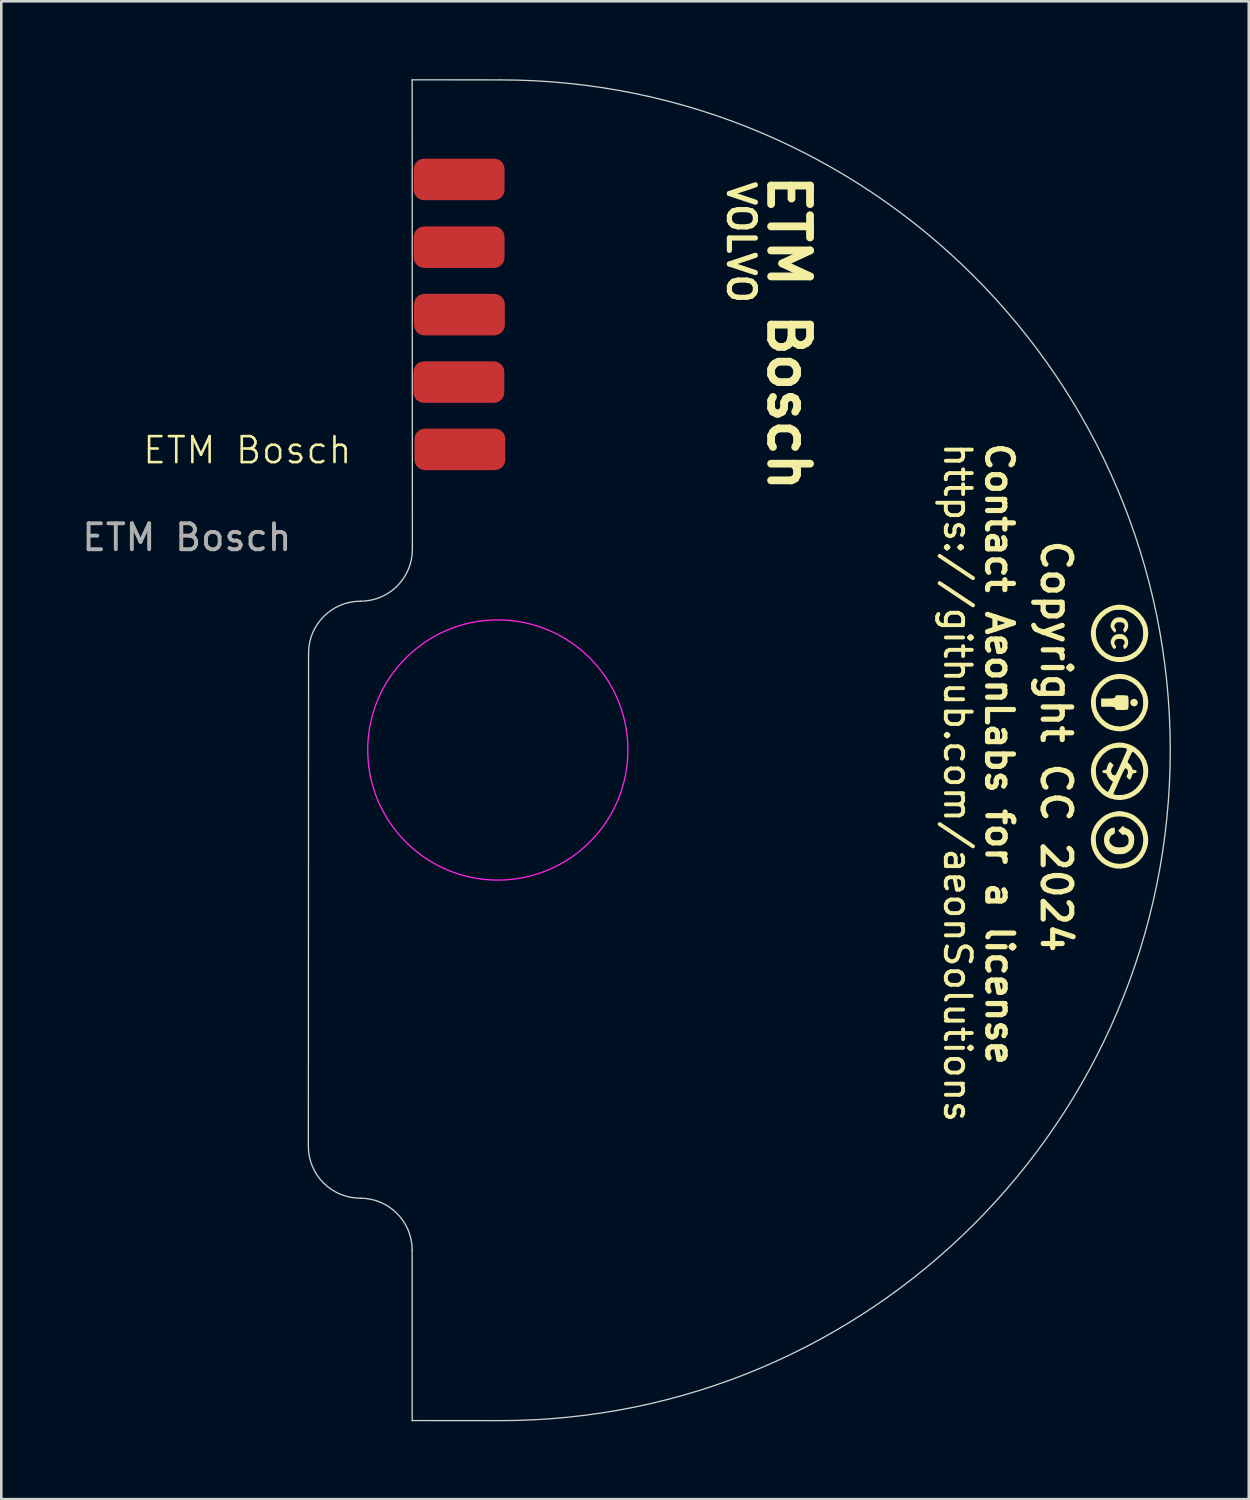
<source format=kicad_pcb>
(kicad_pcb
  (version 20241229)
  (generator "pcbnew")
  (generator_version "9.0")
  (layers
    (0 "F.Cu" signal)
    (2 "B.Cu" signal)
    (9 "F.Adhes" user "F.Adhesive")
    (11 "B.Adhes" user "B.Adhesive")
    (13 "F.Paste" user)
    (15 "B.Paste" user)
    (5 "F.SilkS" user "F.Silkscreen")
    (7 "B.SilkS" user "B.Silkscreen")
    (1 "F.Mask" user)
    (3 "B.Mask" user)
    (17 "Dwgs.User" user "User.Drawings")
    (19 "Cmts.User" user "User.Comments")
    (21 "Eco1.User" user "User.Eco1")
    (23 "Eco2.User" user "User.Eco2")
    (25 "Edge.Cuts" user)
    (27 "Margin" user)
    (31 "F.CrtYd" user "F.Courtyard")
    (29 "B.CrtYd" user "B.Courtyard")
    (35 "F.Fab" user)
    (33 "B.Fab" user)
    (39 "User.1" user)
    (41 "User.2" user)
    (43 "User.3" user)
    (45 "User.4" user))
  (footprint "ETM Bosch"
    (layer "F.Cu")
    (at 25.479 26.935)
    (property "Reference" "ETM Bosch" (at -19 -12.64 0) (unlocked yes) (layer "F.SilkS") (effects (font (size 1 1) (thickness 0.1))))
    (attr smd)
    (fp_poly (pts (xy 15.298 -2.863) (xy 15.272 -2.819) (xy 15.216 -2.778) (xy 15.151 -2.77) (xy 15.089 -2.79) (xy 15.04 -2.835) (xy 15.016 -2.9) (xy 15.015 -2.915) (xy 15.031 -2.984) (xy 15.058 -3.021) (xy 15.122 -3.058) (xy 15.187 -3.06) (xy 15.244 -3.034) (xy 15.287 -2.988) (xy 15.308 -2.929)) (stroke (width 0) (type solid)) (fill yes) (layer "F.SilkS"))
    (fp_poly (pts (xy 14.95 -2.809) (xy 14.944 -2.73) (xy 14.935 -2.674) (xy 14.926 -2.655) (xy 14.89 -2.642) (xy 14.813 -2.633) (xy 14.698 -2.63) (xy 14.672 -2.63) (xy 14.571 -2.63) (xy 14.505 -2.633) (xy 14.466 -2.639) (xy 14.448 -2.65) (xy 14.444 -2.666) (xy 14.444 -2.668) (xy 14.438 -2.703) (xy 14.419 -2.728) (xy 14.378 -2.744) (xy 14.311 -2.753) (xy 14.211 -2.756) (xy 14.143 -2.757) (xy 13.893 -2.757) (xy 13.893 -3.074) (xy 14.143 -3.074) (xy 14.263 -3.076) (xy 14.347 -3.082) (xy 14.4 -3.093) (xy 14.43 -3.113) (xy 14.442 -3.143) (xy 14.444 -3.163) (xy 14.447 -3.18) (xy 14.464 -3.191) (xy 14.5 -3.197) (xy 14.563 -3.2) (xy 14.66 -3.201) (xy 14.672 -3.201) (xy 14.795 -3.199) (xy 14.879 -3.191) (xy 14.923 -3.179) (xy 14.926 -3.176) (xy 14.938 -3.143) (xy 14.946 -3.079) (xy 14.951 -2.994) (xy 14.952 -2.901)) (stroke (width 0) (type solid)) (fill yes) (layer "F.SilkS"))
    (fp_poly (pts (xy 14.907 -5.091) (xy 14.852 -5.017) (xy 14.815 -4.986) (xy 14.794 -4.982) (xy 14.773 -5.005) (xy 14.77 -5.01) (xy 14.742 -5.072) (xy 14.753 -5.127) (xy 14.772 -5.148) (xy 14.799 -5.195) (xy 14.799 -5.257) (xy 14.774 -5.314) (xy 14.759 -5.33) (xy 14.7 -5.36) (xy 14.621 -5.372) (xy 14.537 -5.367) (xy 14.467 -5.345) (xy 14.446 -5.33) (xy 14.41 -5.273) (xy 14.403 -5.204) (xy 14.424 -5.14) (xy 14.442 -5.118) (xy 14.47 -5.082) (xy 14.465 -5.042) (xy 14.46 -5.03) (xy 14.428 -4.989) (xy 14.39 -4.986) (xy 14.349 -5.021) (xy 14.308 -5.091) (xy 14.285 -5.147) (xy 14.265 -5.207) (xy 14.257 -5.245) (xy 14.262 -5.281) (xy 14.279 -5.333) (xy 14.285 -5.35) (xy 14.34 -5.449) (xy 14.423 -5.518) (xy 14.531 -5.554) (xy 14.663 -5.557) (xy 14.683 -5.555) (xy 14.777 -5.524) (xy 14.852 -5.462) (xy 14.906 -5.379) (xy 14.934 -5.284) (xy 14.936 -5.185)) (stroke (width 0) (type solid)) (fill yes) (layer "F.SilkS"))
    (fp_poly (pts (xy 14.935 -5.826) (xy 14.898 -5.722) (xy 14.856 -5.662) (xy 14.82 -5.625) (xy 14.799 -5.617) (xy 14.779 -5.636) (xy 14.772 -5.645) (xy 14.743 -5.706) (xy 14.752 -5.76) (xy 14.772 -5.783) (xy 14.798 -5.829) (xy 14.801 -5.892) (xy 14.782 -5.952) (xy 14.775 -5.963) (xy 14.733 -5.992) (xy 14.657 -6.009) (xy 14.632 -6.011) (xy 14.557 -6.013) (xy 14.506 -6.003) (xy 14.462 -5.976) (xy 14.459 -5.974) (xy 14.413 -5.915) (xy 14.402 -5.846) (xy 14.429 -5.78) (xy 14.443 -5.763) (xy 14.472 -5.724) (xy 14.468 -5.685) (xy 14.461 -5.667) (xy 14.439 -5.628) (xy 14.423 -5.614) (xy 14.394 -5.631) (xy 14.355 -5.673) (xy 14.316 -5.728) (xy 14.285 -5.783) (xy 14.277 -5.802) (xy 14.262 -5.85) (xy 14.257 -5.882) (xy 14.262 -5.918) (xy 14.278 -5.974) (xy 14.324 -6.069) (xy 14.398 -6.145) (xy 14.489 -6.191) (xy 14.521 -6.198) (xy 14.652 -6.202) (xy 14.761 -6.17) (xy 14.832 -6.122) (xy 14.901 -6.035) (xy 14.936 -5.933)) (stroke (width 0) (type solid)) (fill yes) (layer "F.SilkS"))
    (fp_poly (pts (xy 15.154 2.53) (xy 15.106 2.661) (xy 15.024 2.767) (xy 14.907 2.853) (xy 14.88 2.868) (xy 14.816 2.897) (xy 14.754 2.914) (xy 14.679 2.923) (xy 14.592 2.925) (xy 14.498 2.924) (xy 14.431 2.917) (xy 14.377 2.902) (xy 14.318 2.874) (xy 14.299 2.864) (xy 14.224 2.816) (xy 14.156 2.76) (xy 14.124 2.727) (xy 14.051 2.608) (xy 14.01 2.472) (xy 14.002 2.332) (xy 14.03 2.197) (xy 14.05 2.149) (xy 14.113 2.05) (xy 14.194 1.971) (xy 14.282 1.919) (xy 14.364 1.901) (xy 14.398 1.903) (xy 14.415 1.917) (xy 14.421 1.953) (xy 14.422 2.016) (xy 14.421 2.084) (xy 14.412 2.122) (xy 14.388 2.145) (xy 14.35 2.163) (xy 14.276 2.215) (xy 14.228 2.296) (xy 14.211 2.396) (xy 14.211 2.396) (xy 14.219 2.453) (xy 14.248 2.504) (xy 14.292 2.553) (xy 14.362 2.611) (xy 14.439 2.645) (xy 14.536 2.66) (xy 14.602 2.662) (xy 14.719 2.655) (xy 14.807 2.631) (xy 14.877 2.587) (xy 14.889 2.577) (xy 14.926 2.536) (xy 14.945 2.493) (xy 14.951 2.431) (xy 14.952 2.402) (xy 14.945 2.314) (xy 14.922 2.251) (xy 14.909 2.232) (xy 14.858 2.184) (xy 14.808 2.161) (xy 14.769 2.167) (xy 14.759 2.178) (xy 14.741 2.187) (xy 14.71 2.171) (xy 14.66 2.126) (xy 14.645 2.111) (xy 14.549 2.015) (xy 14.655 1.911) (xy 14.711 1.858) (xy 14.744 1.834) (xy 14.759 1.835) (xy 14.761 1.848) (xy 14.775 1.881) (xy 14.821 1.907) (xy 14.85 1.917) (xy 14.967 1.969) (xy 15.056 2.044) (xy 15.114 2.126) (xy 15.146 2.189) (xy 15.163 2.25) (xy 15.169 2.326) (xy 15.17 2.374)) (stroke (width 0) (type solid)) (fill yes) (layer "F.SilkS"))
    (fp_poly (pts (xy 15.703 2.497) (xy 15.68 2.622) (xy 15.605 2.836) (xy 15.498 3.023) (xy 15.36 3.181) (xy 15.193 3.309) (xy 14.998 3.406) (xy 14.848 3.453) (xy 14.653 3.482) (xy 14.453 3.473) (xy 14.256 3.427) (xy 14.07 3.346) (xy 13.912 3.239) (xy 13.764 3.093) (xy 13.646 2.924) (xy 13.561 2.739) (xy 13.51 2.544) (xy 13.496 2.345) (xy 13.521 2.148) (xy 13.534 2.097) (xy 13.566 2.004) (xy 13.607 1.906) (xy 13.632 1.854) (xy 13.695 1.758) (xy 13.784 1.653) (xy 13.886 1.552) (xy 13.99 1.464) (xy 14.079 1.407) (xy 14.206 1.35) (xy 14.349 1.304) (xy 14.491 1.274) (xy 14.602 1.265) (xy 14.602 1.467) (xy 14.427 1.479) (xy 14.277 1.517) (xy 14.14 1.586) (xy 14.009 1.69) (xy 13.94 1.76) (xy 13.844 1.881) (xy 13.764 2.018) (xy 13.71 2.156) (xy 13.7 2.196) (xy 13.69 2.287) (xy 13.691 2.401) (xy 13.702 2.52) (xy 13.722 2.627) (xy 13.737 2.678) (xy 13.824 2.856) (xy 13.938 3.005) (xy 14.074 3.125) (xy 14.228 3.213) (xy 14.395 3.27) (xy 14.569 3.294) (xy 14.747 3.284) (xy 14.922 3.237) (xy 15.09 3.154) (xy 15.229 3.049) (xy 15.351 2.912) (xy 15.439 2.755) (xy 15.495 2.585) (xy 15.516 2.407) (xy 15.505 2.228) (xy 15.459 2.055) (xy 15.38 1.894) (xy 15.267 1.751) (xy 15.255 1.739) (xy 15.11 1.617) (xy 14.963 1.534) (xy 14.805 1.485) (xy 14.626 1.467) (xy 14.602 1.467) (xy 14.602 1.265) (xy 14.727 1.277) (xy 14.87 1.308) (xy 15.012 1.355) (xy 15.126 1.406) (xy 15.22 1.467) (xy 15.322 1.553) (xy 15.422 1.653) (xy 15.51 1.756) (xy 15.575 1.852) (xy 15.59 1.88) (xy 15.67 2.09) (xy 15.707 2.296)) (stroke (width 0) (type solid)) (fill yes) (layer "F.SilkS"))
    (fp_poly (pts (xy 15.691 -5.389) (xy 15.631 -5.181) (xy 15.595 -5.096) (xy 15.507 -4.949) (xy 15.389 -4.81) (xy 15.254 -4.69) (xy 15.11 -4.6) (xy 15.1 -4.595) (xy 14.89 -4.516) (xy 14.681 -4.479) (xy 14.475 -4.483) (xy 14.276 -4.526) (xy 14.087 -4.61) (xy 13.911 -4.733) (xy 13.838 -4.799) (xy 13.712 -4.943) (xy 13.617 -5.098) (xy 13.548 -5.275) (xy 13.525 -5.357) (xy 13.497 -5.524) (xy 13.502 -5.691) (xy 13.533 -5.85) (xy 13.605 -6.044) (xy 13.713 -6.221) (xy 13.852 -6.377) (xy 14.018 -6.507) (xy 14.205 -6.606) (xy 14.373 -6.661) (xy 14.57 -6.689) (xy 14.602 -6.687) (xy 14.602 -6.49) (xy 14.5 -6.489) (xy 14.426 -6.483) (xy 14.366 -6.471) (xy 14.304 -6.449) (xy 14.247 -6.423) (xy 14.09 -6.33) (xy 13.951 -6.207) (xy 13.834 -6.061) (xy 13.748 -5.901) (xy 13.703 -5.759) (xy 13.692 -5.654) (xy 13.694 -5.53) (xy 13.709 -5.406) (xy 13.735 -5.301) (xy 13.735 -5.3) (xy 13.818 -5.12) (xy 13.93 -4.964) (xy 14.066 -4.836) (xy 14.148 -4.782) (xy 14.316 -4.708) (xy 14.497 -4.672) (xy 14.682 -4.672) (xy 14.865 -4.707) (xy 15.039 -4.776) (xy 15.196 -4.88) (xy 15.235 -4.913) (xy 15.302 -4.988) (xy 15.372 -5.088) (xy 15.434 -5.197) (xy 15.475 -5.29) (xy 15.499 -5.391) (xy 15.511 -5.516) (xy 15.511 -5.65) (xy 15.498 -5.775) (xy 15.474 -5.876) (xy 15.389 -6.052) (xy 15.268 -6.206) (xy 15.115 -6.334) (xy 14.956 -6.424) (xy 14.885 -6.455) (xy 14.826 -6.475) (xy 14.763 -6.485) (xy 14.684 -6.489) (xy 14.602 -6.49) (xy 14.602 -6.687) (xy 14.768 -6.676) (xy 14.962 -6.624) (xy 15.148 -6.534) (xy 15.321 -6.407) (xy 15.386 -6.346) (xy 15.526 -6.177) (xy 15.627 -5.993) (xy 15.689 -5.799) (xy 15.711 -5.596)) (stroke (width 0) (type solid)) (fill yes) (layer "F.SilkS"))
    (fp_poly (pts (xy 15.693 -2.731) (xy 15.68 -2.668) (xy 15.606 -2.455) (xy 15.499 -2.269) (xy 15.361 -2.111) (xy 15.194 -1.983) (xy 15 -1.886) (xy 14.849 -1.838) (xy 14.648 -1.808) (xy 14.443 -1.82) (xy 14.234 -1.873) (xy 14.105 -1.926) (xy 14.015 -1.981) (xy 13.914 -2.062) (xy 13.813 -2.159) (xy 13.721 -2.262) (xy 13.649 -2.362) (xy 13.631 -2.394) (xy 13.551 -2.583) (xy 13.507 -2.781) (xy 13.499 -2.98) (xy 13.527 -3.171) (xy 13.534 -3.195) (xy 13.6 -3.371) (xy 13.692 -3.527) (xy 13.817 -3.675) (xy 13.83 -3.688) (xy 13.973 -3.813) (xy 14.121 -3.905) (xy 14.288 -3.971) (xy 14.346 -3.987) (xy 14.518 -4.019) (xy 14.602 -4.02) (xy 14.602 -3.825) (xy 14.427 -3.813) (xy 14.276 -3.774) (xy 14.139 -3.704) (xy 14.008 -3.6) (xy 13.94 -3.532) (xy 13.844 -3.411) (xy 13.764 -3.273) (xy 13.71 -3.135) (xy 13.7 -3.095) (xy 13.691 -3.013) (xy 13.691 -2.907) (xy 13.699 -2.795) (xy 13.714 -2.693) (xy 13.734 -2.619) (xy 13.827 -2.435) (xy 13.946 -2.28) (xy 14.088 -2.157) (xy 14.25 -2.067) (xy 14.427 -2.014) (xy 14.616 -1.999) (xy 14.666 -2.001) (xy 14.864 -2.037) (xy 15.043 -2.11) (xy 15.2 -2.217) (xy 15.331 -2.355) (xy 15.434 -2.523) (xy 15.474 -2.619) (xy 15.5 -2.727) (xy 15.512 -2.858) (xy 15.511 -2.994) (xy 15.496 -3.12) (xy 15.471 -3.212) (xy 15.378 -3.398) (xy 15.255 -3.554) (xy 15.102 -3.68) (xy 14.919 -3.776) (xy 14.899 -3.784) (xy 14.817 -3.809) (xy 14.719 -3.822) (xy 14.602 -3.825) (xy 14.602 -4.02) (xy 14.678 -4.021) (xy 14.84 -3.993) (xy 14.863 -3.987) (xy 15.034 -3.929) (xy 15.178 -3.853) (xy 15.311 -3.751) (xy 15.386 -3.68) (xy 15.525 -3.512) (xy 15.626 -3.329) (xy 15.689 -3.135) (xy 15.712 -2.935)) (stroke (width 0) (type solid)) (fill yes) (layer "F.SilkS"))
    (fp_poly (pts (xy 15.693 -0.085) (xy 15.68 -0.023) (xy 15.606 0.19) (xy 15.499 0.377) (xy 15.361 0.535) (xy 15.194 0.663) (xy 15 0.76) (xy 14.849 0.808) (xy 14.648 0.838) (xy 14.443 0.826) (xy 14.234 0.773) (xy 14.105 0.719) (xy 14.015 0.665) (xy 13.914 0.584) (xy 13.813 0.487) (xy 13.721 0.383) (xy 13.649 0.284) (xy 13.631 0.252) (xy 13.551 0.063) (xy 13.507 -0.135) (xy 13.499 -0.334) (xy 13.527 -0.525) (xy 13.534 -0.549) (xy 13.6 -0.726) (xy 13.692 -0.882) (xy 13.817 -1.03) (xy 13.83 -1.042) (xy 13.969 -1.165) (xy 14.114 -1.255) (xy 14.277 -1.322) (xy 14.338 -1.34) (xy 14.522 -1.375) (xy 14.612 -1.374) (xy 14.612 -1.179) (xy 14.592 -1.179) (xy 14.417 -1.165) (xy 14.266 -1.124) (xy 14.127 -1.05) (xy 13.994 -0.941) (xy 13.94 -0.886) (xy 13.826 -0.739) (xy 13.743 -0.576) (xy 13.703 -0.446) (xy 13.691 -0.337) (xy 13.695 -0.207) (xy 13.711 -0.077) (xy 13.738 0.028) (xy 13.803 0.176) (xy 13.891 0.307) (xy 13.907 0.326) (xy 13.951 0.371) (xy 14.007 0.421) (xy 14.066 0.469) (xy 14.116 0.506) (xy 14.148 0.524) (xy 14.15 0.524) (xy 14.168 0.506) (xy 14.196 0.458) (xy 14.231 0.389) (xy 14.244 0.36) (xy 14.28 0.28) (xy 14.312 0.212) (xy 14.334 0.167) (xy 14.338 0.16) (xy 14.345 0.13) (xy 14.322 0.105) (xy 14.296 0.091) (xy 14.226 0.038) (xy 14.164 -0.039) (xy 14.123 -0.12) (xy 14.118 -0.136) (xy 14.102 -0.175) (xy 14.067 -0.194) (xy 14.025 -0.199) (xy 13.973 -0.208) (xy 13.95 -0.227) (xy 13.946 -0.259) (xy 13.952 -0.295) (xy 13.978 -0.312) (xy 14.025 -0.318) (xy 14.078 -0.327) (xy 14.103 -0.35) (xy 14.117 -0.4) (xy 14.118 -0.403) (xy 14.147 -0.509) (xy 14.197 -0.592) (xy 14.207 -0.603) (xy 14.229 -0.624) (xy 14.251 -0.623) (xy 14.284 -0.597) (xy 14.307 -0.575) (xy 14.375 -0.509) (xy 14.325 -0.421) (xy 14.285 -0.335) (xy 14.277 -0.262) (xy 14.298 -0.188) (xy 14.299 -0.185) (xy 14.336 -0.139) (xy 14.387 -0.116) (xy 14.436 -0.122) (xy 14.453 -0.134) (xy 14.474 -0.166) (xy 14.505 -0.226) (xy 14.542 -0.304) (xy 14.559 -0.344) (xy 14.6 -0.437) (xy 14.641 -0.528) (xy 14.673 -0.602) (xy 14.681 -0.619) (xy 14.716 -0.698) (xy 14.752 -0.778) (xy 14.761 -0.799) (xy 14.793 -0.872) (xy 14.83 -0.955) (xy 14.843 -0.983) (xy 14.869 -1.046) (xy 14.885 -1.097) (xy 14.888 -1.115) (xy 14.872 -1.143) (xy 14.823 -1.163) (xy 14.737 -1.175) (xy 14.612 -1.179) (xy 14.612 -1.374) (xy 14.698 -1.373) (xy 14.863 -1.341) (xy 15.034 -1.283) (xy 15.111 -1.243) (xy 15.111 -1.021) (xy 15.09 -1.003) (xy 15.06 -0.956) (xy 15.027 -0.89) (xy 15.026 -0.889) (xy 14.99 -0.809) (xy 14.956 -0.733) (xy 14.935 -0.686) (xy 14.917 -0.642) (xy 14.918 -0.613) (xy 14.944 -0.583) (xy 14.98 -0.553) (xy 15.043 -0.483) (xy 15.081 -0.407) (xy 15.102 -0.353) (xy 15.129 -0.328) (xy 15.179 -0.319) (xy 15.182 -0.318) (xy 15.234 -0.31) (xy 15.255 -0.289) (xy 15.259 -0.259) (xy 15.252 -0.223) (xy 15.226 -0.206) (xy 15.181 -0.2) (xy 15.132 -0.192) (xy 15.105 -0.171) (xy 15.087 -0.124) (xy 15.082 -0.104) (xy 15.06 -0.038) (xy 15.034 0.017) (xy 15.028 0.027) (xy 15.007 0.051) (xy 14.987 0.053) (xy 14.957 0.03) (xy 14.93 0.003) (xy 14.889 -0.039) (xy 14.875 -0.069) (xy 14.884 -0.102) (xy 14.897 -0.128) (xy 14.921 -0.191) (xy 14.93 -0.251) (xy 14.917 -0.31) (xy 14.883 -0.359) (xy 14.841 -0.385) (xy 14.832 -0.386) (xy 14.809 -0.366) (xy 14.773 -0.309) (xy 14.725 -0.215) (xy 14.666 -0.088) (xy 14.6 0.065) (xy 14.563 0.151) (xy 14.518 0.251) (xy 14.483 0.329) (xy 14.434 0.436) (xy 14.401 0.511) (xy 14.381 0.56) (xy 14.373 0.59) (xy 14.374 0.608) (xy 14.38 0.617) (xy 14.409 0.628) (xy 14.468 0.638) (xy 14.543 0.646) (xy 14.734 0.639) (xy 14.916 0.593) (xy 15.084 0.511) (xy 15.233 0.396) (xy 15.358 0.249) (xy 15.439 0.11) (xy 15.497 -0.058) (xy 15.519 -0.238) (xy 15.507 -0.421) (xy 15.461 -0.597) (xy 15.403 -0.719) (xy 15.362 -0.778) (xy 15.307 -0.845) (xy 15.247 -0.911) (xy 15.188 -0.968) (xy 15.14 -1.007) (xy 15.111 -1.021) (xy 15.111 -1.243) (xy 15.178 -1.207) (xy 15.311 -1.105) (xy 15.386 -1.034) (xy 15.525 -0.866) (xy 15.626 -0.683) (xy 15.689 -0.49) (xy 15.712 -0.289)) (stroke (width 0) (type solid)) (fill yes) (layer "F.SilkS"))
    (fp_line (start -16.649 14.176) (end -16.641 -4.824) (stroke (width 0.05) (type default)) (layer "Edge.Cuts"))
    (fp_line (start -12.65 -26.91) (end -12.641 -8.824) (stroke (width 0.05) (type default)) (layer "Edge.Cuts"))
    (fp_line (start -12.65 24.745) (end -12.65 18.177) (stroke (width 0.05) (type default)) (layer "Edge.Cuts"))
    (fp_line (start -9.27 -26.907) (end -12.65 -26.91) (stroke (width 0.05) (type default)) (layer "Edge.Cuts"))
    (fp_line (start -9.27 24.747) (end -12.65 24.745) (stroke (width 0.05) (type default)) (layer "Edge.Cuts"))
    (fp_arc (start -16.640996 -4.82361) (mid -16.054902 -6.237261) (end -14.640996 -6.82274) (stroke (width 0.05) (type default)) (layer "Edge.Cuts"))
    (fp_arc (start -14.65 16.17726) (mid -13.235786 16.763046) (end -12.65 18.17726) (stroke (width 0.05) (type default)) (layer "Edge.Cuts"))
    (fp_arc (start -14.649257 16.17726) (mid -16.063778 15.591166) (end -16.649257 14.17639) (stroke (width 0.05) (type default)) (layer "Edge.Cuts"))
    (fp_arc (start -12.640996 -8.823736) (mid -13.226429 -7.408878) (end -14.640996 -6.82274) (stroke (width 0.05) (type default)) (layer "Edge.Cuts"))
    (fp_arc (start -9.27 -26.90726) (mid 16.55726 -1.08) (end -9.27 24.74726) (stroke (width 0.05) (type default)) (layer "Edge.Cuts"))
    (fp_circle (center -9.35 -1.09) (end -4.338 -1.09) (stroke (width 0.05) (type default)) (fill no) (layer "F.CrtYd"))
    (fp_text user "https://github.com/aeonSolutions" (at 7.78 -13 270) (unlocked yes) (layer "F.SilkS") (effects (font (size 1 1) (thickness 0.15)) (justify left bottom)))
    (fp_text user "for a license" (at 9.98 1.07 270) (unlocked yes) (layer "F.SilkS") (effects (font (size 1 1) (thickness 0.2)) (justify left)))
    (fp_text user "ETM Bosch" (at 0.98 -23.39 270) (unlocked yes) (layer "F.SilkS") (effects (font (size 1.5 1.5) (thickness 0.3) (bold yes)) (justify left bottom)))
    (fp_text user "VOLVO" (at -0.56 -23.09 270) (unlocked yes) (layer "F.SilkS") (effects (font (size 1 1) (thickness 0.2) (bold yes)) (justify left bottom)))
    (fp_text user "Contact AeonLabs" (at 9.97 -13.02 270) (unlocked yes) (layer "F.SilkS") (effects (font (size 1 1) (thickness 0.2)) (justify left)))
    (fp_text user "Copyright CC 2024" (at 12.16 -1.23 270) (unlocked yes) (layer "F.SilkS") (effects (font (size 1.1 1.1) (thickness 0.2))))
    (fp_text user "${REFERENCE}" (at -21.33 -9.28 0) (unlocked yes) (layer "F.Fab") (effects (font (size 1 1) (thickness 0.15))))
    (pad "1" smd roundrect (at -10.84 -23.073) (size 3.5 1.6) (layers "F.Cu" "F.Mask" "F.Paste") (roundrect_rratio 0.25))
    (pad "2" smd roundrect (at -10.84 -20.463) (size 3.5 1.6) (layers "F.Cu" "F.Mask" "F.Paste") (roundrect_rratio 0.25))
    (pad "3" smd roundrect (at -10.83 -17.863) (size 3.5 1.6) (layers "F.Cu" "F.Mask" "F.Paste") (roundrect_rratio 0.25))
    (pad "4" smd roundrect (at -10.85 -15.263) (size 3.5 1.6) (layers "F.Cu" "F.Mask" "F.Paste") (roundrect_rratio 0.25))
    (pad "5" smd roundrect (at -10.81 -12.673) (size 3.5 1.6) (layers "F.Cu" "F.Mask" "F.Paste") (roundrect_rratio 0.25)))
  (gr_rect
    (start -3 -3)
    (end 45.061 54.707)
    (stroke (width 0.1) (type default))
    (fill no)
    (layer "Edge.Cuts")))
</source>
